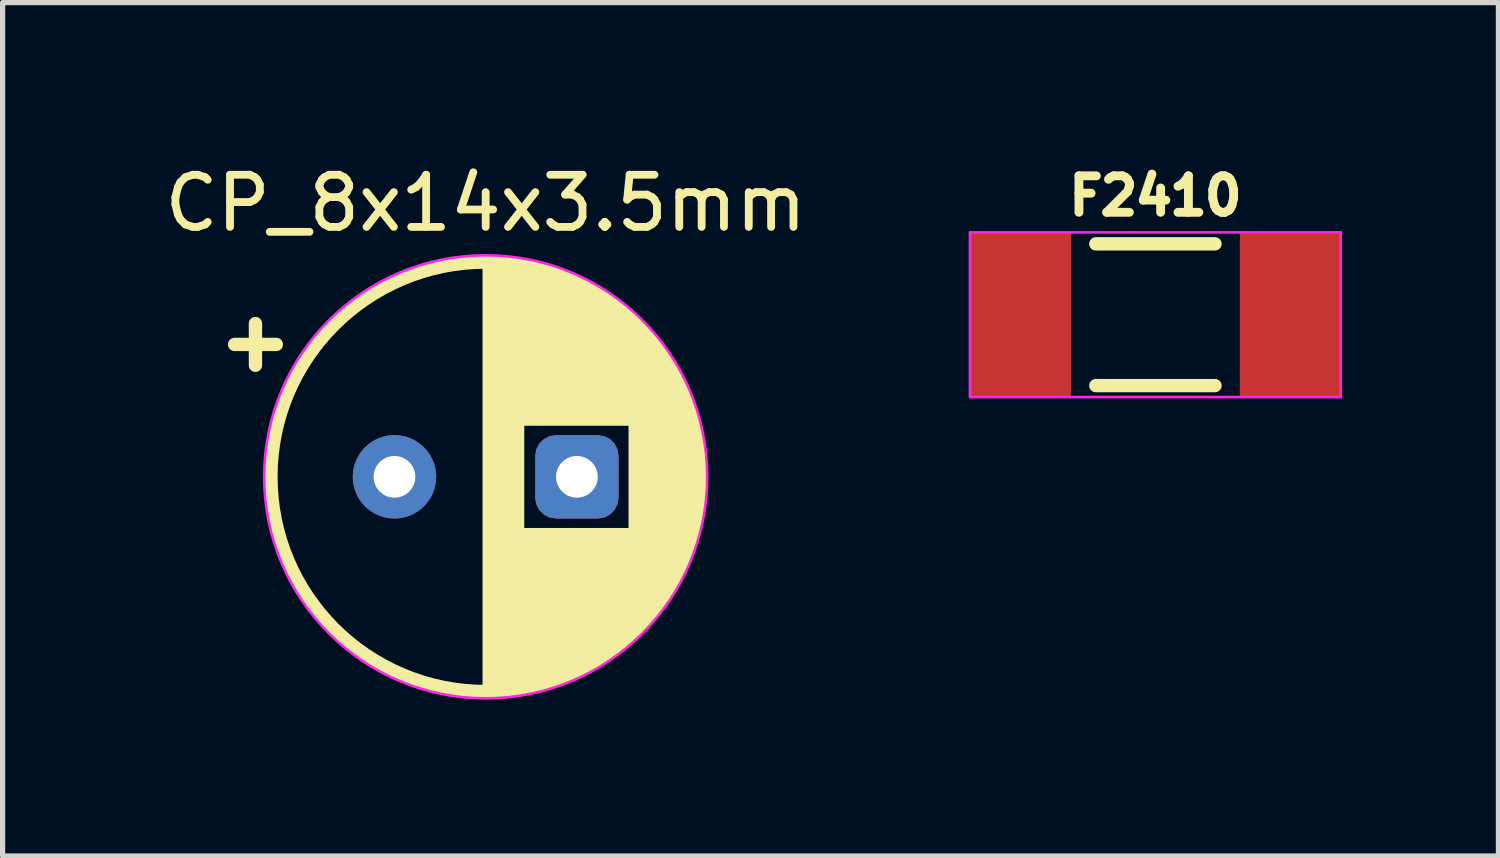
<source format=kicad_pcb>
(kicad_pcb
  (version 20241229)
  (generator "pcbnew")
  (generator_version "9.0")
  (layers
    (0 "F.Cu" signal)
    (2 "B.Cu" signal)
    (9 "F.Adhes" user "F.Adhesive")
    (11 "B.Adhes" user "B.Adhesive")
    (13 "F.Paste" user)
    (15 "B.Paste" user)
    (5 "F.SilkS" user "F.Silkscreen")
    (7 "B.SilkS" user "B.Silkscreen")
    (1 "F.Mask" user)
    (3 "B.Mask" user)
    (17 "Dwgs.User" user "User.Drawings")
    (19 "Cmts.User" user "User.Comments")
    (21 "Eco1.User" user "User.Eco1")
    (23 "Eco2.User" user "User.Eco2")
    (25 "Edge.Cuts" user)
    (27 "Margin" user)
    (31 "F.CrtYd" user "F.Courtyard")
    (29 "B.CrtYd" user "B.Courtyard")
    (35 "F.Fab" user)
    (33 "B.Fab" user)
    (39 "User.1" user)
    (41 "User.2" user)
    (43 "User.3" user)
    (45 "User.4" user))
  (footprint "F2410"
    (layer "F.Cu")
    (at 19.117 2.988)
    (property "Reference" "F2410" (at 0 -2.28 0) (layer "F.SilkS") (effects (font (size 0.7 0.7) (thickness 0.17))))
    (attr smd)
    (fp_line (start -1.143 -1.36) (end 1.143 -1.36) (stroke (width 0.256) (type solid)) (layer "F.SilkS"))
    (fp_line (start -1.143 1.36) (end 1.143 1.36) (stroke (width 0.256) (type solid)) (layer "F.SilkS"))
    (fp_line (start 0 -0.3) (end 0 0.3) (stroke (width 0.128) (type solid)) (layer "Eco1.User"))
    (fp_line (start 0.3 0) (end -0.3 0) (stroke (width 0.128) (type solid)) (layer "Eco1.User"))
    (fp_line (start -3.556 -1.58) (end 3.556 -1.58) (stroke (width 0.05) (type solid)) (layer "F.CrtYd"))
    (fp_line (start -3.556 1.58) (end -3.556 -1.58) (stroke (width 0.05) (type solid)) (layer "F.CrtYd"))
    (fp_line (start 3.556 -1.58) (end 3.556 1.58) (stroke (width 0.05) (type solid)) (layer "F.CrtYd"))
    (fp_line (start 3.556 1.58) (end -3.556 1.58) (stroke (width 0.05) (type solid)) (layer "F.CrtYd"))
    (pad "1" smd rect (at -2.6 0) (size 1.96 3.15) (layers "F.Cu" "F.Mask" "F.Paste"))
    (pad "2" smd rect (at 2.6 0) (size 1.96 3.125) (layers "F.Cu" "F.Mask" "F.Paste")))
  (footprint "CP_8x14x3.5mm"
    (layer "F.Cu")
    (at 6.268 6.098)
    (property "Reference" "CP_8x14x3.5mm" (at 0 -5.25 0) (layer "F.SilkS") (effects (font (size 1 1) (thickness 0.15))))
    (attr through_hole)
    (fp_line (start -4.817 -2.54) (end -4.017 -2.54) (stroke (width 0.256) (type solid)) (layer "F.SilkS"))
    (fp_line (start -4.417 -2.94) (end -4.417 -2.14) (stroke (width 0.256) (type solid)) (layer "F.SilkS"))
    (fp_line (start 0 -4.08) (end 0 4.08) (stroke (width 0.12) (type solid)) (layer "F.SilkS"))
    (fp_line (start 0.04 -4.08) (end 0.04 4.08) (stroke (width 0.12) (type solid)) (layer "F.SilkS"))
    (fp_line (start 0.08 -4.08) (end 0.08 4.08) (stroke (width 0.12) (type solid)) (layer "F.SilkS"))
    (fp_line (start 0.12 -4.079) (end 0.12 4.079) (stroke (width 0.12) (type solid)) (layer "F.SilkS"))
    (fp_line (start 0.16 -4.077) (end 0.16 4.077) (stroke (width 0.12) (type solid)) (layer "F.SilkS"))
    (fp_line (start 0.2 -4.076) (end 0.2 4.076) (stroke (width 0.12) (type solid)) (layer "F.SilkS"))
    (fp_line (start 0.24 -4.074) (end 0.24 4.074) (stroke (width 0.12) (type solid)) (layer "F.SilkS"))
    (fp_line (start 0.28 -4.071) (end 0.28 4.071) (stroke (width 0.12) (type solid)) (layer "F.SilkS"))
    (fp_line (start 0.32 -4.068) (end 0.32 4.068) (stroke (width 0.12) (type solid)) (layer "F.SilkS"))
    (fp_line (start 0.36 -4.065) (end 0.36 4.065) (stroke (width 0.12) (type solid)) (layer "F.SilkS"))
    (fp_line (start 0.4 -4.061) (end 0.4 4.061) (stroke (width 0.12) (type solid)) (layer "F.SilkS"))
    (fp_line (start 0.44 -4.057) (end 0.44 4.057) (stroke (width 0.12) (type solid)) (layer "F.SilkS"))
    (fp_line (start 0.48 -4.052) (end 0.48 4.052) (stroke (width 0.12) (type solid)) (layer "F.SilkS"))
    (fp_line (start 0.52 -4.048) (end 0.52 4.048) (stroke (width 0.12) (type solid)) (layer "F.SilkS"))
    (fp_line (start 0.56 -4.042) (end 0.56 4.042) (stroke (width 0.12) (type solid)) (layer "F.SilkS"))
    (fp_line (start 0.6 -4.037) (end 0.6 4.037) (stroke (width 0.12) (type solid)) (layer "F.SilkS"))
    (fp_line (start 0.64 -4.03) (end 0.64 4.03) (stroke (width 0.12) (type solid)) (layer "F.SilkS"))
    (fp_line (start 0.68 -4.024) (end 0.68 4.024) (stroke (width 0.12) (type solid)) (layer "F.SilkS"))
    (fp_line (start 0.721 -4.017) (end 0.721 -1.04) (stroke (width 0.12) (type solid)) (layer "F.SilkS"))
    (fp_line (start 0.721 1.04) (end 0.721 4.017) (stroke (width 0.12) (type solid)) (layer "F.SilkS"))
    (fp_line (start 0.761 -4.01) (end 0.761 -1.04) (stroke (width 0.12) (type solid)) (layer "F.SilkS"))
    (fp_line (start 0.761 1.04) (end 0.761 4.01) (stroke (width 0.12) (type solid)) (layer "F.SilkS"))
    (fp_line (start 0.801 -4.002) (end 0.801 -1.04) (stroke (width 0.12) (type solid)) (layer "F.SilkS"))
    (fp_line (start 0.801 1.04) (end 0.801 4.002) (stroke (width 0.12) (type solid)) (layer "F.SilkS"))
    (fp_line (start 0.841 -3.994) (end 0.841 -1.04) (stroke (width 0.12) (type solid)) (layer "F.SilkS"))
    (fp_line (start 0.841 1.04) (end 0.841 3.994) (stroke (width 0.12) (type solid)) (layer "F.SilkS"))
    (fp_line (start 0.881 -3.985) (end 0.881 -1.04) (stroke (width 0.12) (type solid)) (layer "F.SilkS"))
    (fp_line (start 0.881 1.04) (end 0.881 3.985) (stroke (width 0.12) (type solid)) (layer "F.SilkS"))
    (fp_line (start 0.921 -3.976) (end 0.921 -1.04) (stroke (width 0.12) (type solid)) (layer "F.SilkS"))
    (fp_line (start 0.921 1.04) (end 0.921 3.976) (stroke (width 0.12) (type solid)) (layer "F.SilkS"))
    (fp_line (start 0.961 -3.967) (end 0.961 -1.04) (stroke (width 0.12) (type solid)) (layer "F.SilkS"))
    (fp_line (start 0.961 1.04) (end 0.961 3.967) (stroke (width 0.12) (type solid)) (layer "F.SilkS"))
    (fp_line (start 1.001 -3.957) (end 1.001 -1.04) (stroke (width 0.12) (type solid)) (layer "F.SilkS"))
    (fp_line (start 1.001 1.04) (end 1.001 3.957) (stroke (width 0.12) (type solid)) (layer "F.SilkS"))
    (fp_line (start 1.041 -3.947) (end 1.041 -1.04) (stroke (width 0.12) (type solid)) (layer "F.SilkS"))
    (fp_line (start 1.041 1.04) (end 1.041 3.947) (stroke (width 0.12) (type solid)) (layer "F.SilkS"))
    (fp_line (start 1.081 -3.936) (end 1.081 -1.04) (stroke (width 0.12) (type solid)) (layer "F.SilkS"))
    (fp_line (start 1.081 1.04) (end 1.081 3.936) (stroke (width 0.12) (type solid)) (layer "F.SilkS"))
    (fp_line (start 1.121 -3.925) (end 1.121 -1.04) (stroke (width 0.12) (type solid)) (layer "F.SilkS"))
    (fp_line (start 1.121 1.04) (end 1.121 3.925) (stroke (width 0.12) (type solid)) (layer "F.SilkS"))
    (fp_line (start 1.161 -3.914) (end 1.161 -1.04) (stroke (width 0.12) (type solid)) (layer "F.SilkS"))
    (fp_line (start 1.161 1.04) (end 1.161 3.914) (stroke (width 0.12) (type solid)) (layer "F.SilkS"))
    (fp_line (start 1.201 -3.902) (end 1.201 -1.04) (stroke (width 0.12) (type solid)) (layer "F.SilkS"))
    (fp_line (start 1.201 1.04) (end 1.201 3.902) (stroke (width 0.12) (type solid)) (layer "F.SilkS"))
    (fp_line (start 1.241 -3.889) (end 1.241 -1.04) (stroke (width 0.12) (type solid)) (layer "F.SilkS"))
    (fp_line (start 1.241 1.04) (end 1.241 3.889) (stroke (width 0.12) (type solid)) (layer "F.SilkS"))
    (fp_line (start 1.281 -3.877) (end 1.281 -1.04) (stroke (width 0.12) (type solid)) (layer "F.SilkS"))
    (fp_line (start 1.281 1.04) (end 1.281 3.877) (stroke (width 0.12) (type solid)) (layer "F.SilkS"))
    (fp_line (start 1.321 -3.863) (end 1.321 -1.04) (stroke (width 0.12) (type solid)) (layer "F.SilkS"))
    (fp_line (start 1.321 1.04) (end 1.321 3.863) (stroke (width 0.12) (type solid)) (layer "F.SilkS"))
    (fp_line (start 1.361 -3.85) (end 1.361 -1.04) (stroke (width 0.12) (type solid)) (layer "F.SilkS"))
    (fp_line (start 1.361 1.04) (end 1.361 3.85) (stroke (width 0.12) (type solid)) (layer "F.SilkS"))
    (fp_line (start 1.401 -3.835) (end 1.401 -1.04) (stroke (width 0.12) (type solid)) (layer "F.SilkS"))
    (fp_line (start 1.401 1.04) (end 1.401 3.835) (stroke (width 0.12) (type solid)) (layer "F.SilkS"))
    (fp_line (start 1.441 -3.821) (end 1.441 -1.04) (stroke (width 0.12) (type solid)) (layer "F.SilkS"))
    (fp_line (start 1.441 1.04) (end 1.441 3.821) (stroke (width 0.12) (type solid)) (layer "F.SilkS"))
    (fp_line (start 1.481 -3.805) (end 1.481 -1.04) (stroke (width 0.12) (type solid)) (layer "F.SilkS"))
    (fp_line (start 1.481 1.04) (end 1.481 3.805) (stroke (width 0.12) (type solid)) (layer "F.SilkS"))
    (fp_line (start 1.521 -3.79) (end 1.521 -1.04) (stroke (width 0.12) (type solid)) (layer "F.SilkS"))
    (fp_line (start 1.521 1.04) (end 1.521 3.79) (stroke (width 0.12) (type solid)) (layer "F.SilkS"))
    (fp_line (start 1.561 -3.774) (end 1.561 -1.04) (stroke (width 0.12) (type solid)) (layer "F.SilkS"))
    (fp_line (start 1.561 1.04) (end 1.561 3.774) (stroke (width 0.12) (type solid)) (layer "F.SilkS"))
    (fp_line (start 1.601 -3.757) (end 1.601 -1.04) (stroke (width 0.12) (type solid)) (layer "F.SilkS"))
    (fp_line (start 1.601 1.04) (end 1.601 3.757) (stroke (width 0.12) (type solid)) (layer "F.SilkS"))
    (fp_line (start 1.641 -3.74) (end 1.641 -1.04) (stroke (width 0.12) (type solid)) (layer "F.SilkS"))
    (fp_line (start 1.641 1.04) (end 1.641 3.74) (stroke (width 0.12) (type solid)) (layer "F.SilkS"))
    (fp_line (start 1.681 -3.722) (end 1.681 -1.04) (stroke (width 0.12) (type solid)) (layer "F.SilkS"))
    (fp_line (start 1.681 1.04) (end 1.681 3.722) (stroke (width 0.12) (type solid)) (layer "F.SilkS"))
    (fp_line (start 1.721 -3.704) (end 1.721 -1.04) (stroke (width 0.12) (type solid)) (layer "F.SilkS"))
    (fp_line (start 1.721 1.04) (end 1.721 3.704) (stroke (width 0.12) (type solid)) (layer "F.SilkS"))
    (fp_line (start 1.761 -3.686) (end 1.761 -1.04) (stroke (width 0.12) (type solid)) (layer "F.SilkS"))
    (fp_line (start 1.761 1.04) (end 1.761 3.686) (stroke (width 0.12) (type solid)) (layer "F.SilkS"))
    (fp_line (start 1.801 -3.666) (end 1.801 -1.04) (stroke (width 0.12) (type solid)) (layer "F.SilkS"))
    (fp_line (start 1.801 1.04) (end 1.801 3.666) (stroke (width 0.12) (type solid)) (layer "F.SilkS"))
    (fp_line (start 1.841 -3.647) (end 1.841 -1.04) (stroke (width 0.12) (type solid)) (layer "F.SilkS"))
    (fp_line (start 1.841 1.04) (end 1.841 3.647) (stroke (width 0.12) (type solid)) (layer "F.SilkS"))
    (fp_line (start 1.881 -3.627) (end 1.881 -1.04) (stroke (width 0.12) (type solid)) (layer "F.SilkS"))
    (fp_line (start 1.881 1.04) (end 1.881 3.627) (stroke (width 0.12) (type solid)) (layer "F.SilkS"))
    (fp_line (start 1.921 -3.606) (end 1.921 -1.04) (stroke (width 0.12) (type solid)) (layer "F.SilkS"))
    (fp_line (start 1.921 1.04) (end 1.921 3.606) (stroke (width 0.12) (type solid)) (layer "F.SilkS"))
    (fp_line (start 1.961 -3.584) (end 1.961 -1.04) (stroke (width 0.12) (type solid)) (layer "F.SilkS"))
    (fp_line (start 1.961 1.04) (end 1.961 3.584) (stroke (width 0.12) (type solid)) (layer "F.SilkS"))
    (fp_line (start 2.001 -3.562) (end 2.001 -1.04) (stroke (width 0.12) (type solid)) (layer "F.SilkS"))
    (fp_line (start 2.001 1.04) (end 2.001 3.562) (stroke (width 0.12) (type solid)) (layer "F.SilkS"))
    (fp_line (start 2.041 -3.54) (end 2.041 -1.04) (stroke (width 0.12) (type solid)) (layer "F.SilkS"))
    (fp_line (start 2.041 1.04) (end 2.041 3.54) (stroke (width 0.12) (type solid)) (layer "F.SilkS"))
    (fp_line (start 2.081 -3.517) (end 2.081 -1.04) (stroke (width 0.12) (type solid)) (layer "F.SilkS"))
    (fp_line (start 2.081 1.04) (end 2.081 3.517) (stroke (width 0.12) (type solid)) (layer "F.SilkS"))
    (fp_line (start 2.121 -3.493) (end 2.121 -1.04) (stroke (width 0.12) (type solid)) (layer "F.SilkS"))
    (fp_line (start 2.121 1.04) (end 2.121 3.493) (stroke (width 0.12) (type solid)) (layer "F.SilkS"))
    (fp_line (start 2.161 -3.469) (end 2.161 -1.04) (stroke (width 0.12) (type solid)) (layer "F.SilkS"))
    (fp_line (start 2.161 1.04) (end 2.161 3.469) (stroke (width 0.12) (type solid)) (layer "F.SilkS"))
    (fp_line (start 2.201 -3.444) (end 2.201 -1.04) (stroke (width 0.12) (type solid)) (layer "F.SilkS"))
    (fp_line (start 2.201 1.04) (end 2.201 3.444) (stroke (width 0.12) (type solid)) (layer "F.SilkS"))
    (fp_line (start 2.241 -3.418) (end 2.241 -1.04) (stroke (width 0.12) (type solid)) (layer "F.SilkS"))
    (fp_line (start 2.241 1.04) (end 2.241 3.418) (stroke (width 0.12) (type solid)) (layer "F.SilkS"))
    (fp_line (start 2.281 -3.392) (end 2.281 -1.04) (stroke (width 0.12) (type solid)) (layer "F.SilkS"))
    (fp_line (start 2.281 1.04) (end 2.281 3.392) (stroke (width 0.12) (type solid)) (layer "F.SilkS"))
    (fp_line (start 2.321 -3.365) (end 2.321 -1.04) (stroke (width 0.12) (type solid)) (layer "F.SilkS"))
    (fp_line (start 2.321 1.04) (end 2.321 3.365) (stroke (width 0.12) (type solid)) (layer "F.SilkS"))
    (fp_line (start 2.361 -3.338) (end 2.361 -1.04) (stroke (width 0.12) (type solid)) (layer "F.SilkS"))
    (fp_line (start 2.361 1.04) (end 2.361 3.338) (stroke (width 0.12) (type solid)) (layer "F.SilkS"))
    (fp_line (start 2.401 -3.309) (end 2.401 -1.04) (stroke (width 0.12) (type solid)) (layer "F.SilkS"))
    (fp_line (start 2.401 1.04) (end 2.401 3.309) (stroke (width 0.12) (type solid)) (layer "F.SilkS"))
    (fp_line (start 2.441 -3.28) (end 2.441 -1.04) (stroke (width 0.12) (type solid)) (layer "F.SilkS"))
    (fp_line (start 2.441 1.04) (end 2.441 3.28) (stroke (width 0.12) (type solid)) (layer "F.SilkS"))
    (fp_line (start 2.481 -3.25) (end 2.481 -1.04) (stroke (width 0.12) (type solid)) (layer "F.SilkS"))
    (fp_line (start 2.481 1.04) (end 2.481 3.25) (stroke (width 0.12) (type solid)) (layer "F.SilkS"))
    (fp_line (start 2.521 -3.22) (end 2.521 -1.04) (stroke (width 0.12) (type solid)) (layer "F.SilkS"))
    (fp_line (start 2.521 1.04) (end 2.521 3.22) (stroke (width 0.12) (type solid)) (layer "F.SilkS"))
    (fp_line (start 2.561 -3.189) (end 2.561 -1.04) (stroke (width 0.12) (type solid)) (layer "F.SilkS"))
    (fp_line (start 2.561 1.04) (end 2.561 3.189) (stroke (width 0.12) (type solid)) (layer "F.SilkS"))
    (fp_line (start 2.601 -3.156) (end 2.601 -1.04) (stroke (width 0.12) (type solid)) (layer "F.SilkS"))
    (fp_line (start 2.601 1.04) (end 2.601 3.156) (stroke (width 0.12) (type solid)) (layer "F.SilkS"))
    (fp_line (start 2.641 -3.124) (end 2.641 -1.04) (stroke (width 0.12) (type solid)) (layer "F.SilkS"))
    (fp_line (start 2.641 1.04) (end 2.641 3.124) (stroke (width 0.12) (type solid)) (layer "F.SilkS"))
    (fp_line (start 2.681 -3.09) (end 2.681 -1.04) (stroke (width 0.12) (type solid)) (layer "F.SilkS"))
    (fp_line (start 2.681 1.04) (end 2.681 3.09) (stroke (width 0.12) (type solid)) (layer "F.SilkS"))
    (fp_line (start 2.721 -3.055) (end 2.721 -1.04) (stroke (width 0.12) (type solid)) (layer "F.SilkS"))
    (fp_line (start 2.721 1.04) (end 2.721 3.055) (stroke (width 0.12) (type solid)) (layer "F.SilkS"))
    (fp_line (start 2.761 -3.019) (end 2.761 -1.04) (stroke (width 0.12) (type solid)) (layer "F.SilkS"))
    (fp_line (start 2.761 1.04) (end 2.761 3.019) (stroke (width 0.12) (type solid)) (layer "F.SilkS"))
    (fp_line (start 2.801 -2.983) (end 2.801 2.983) (stroke (width 0.12) (type solid)) (layer "F.SilkS"))
    (fp_line (start 2.841 -2.945) (end 2.841 2.945) (stroke (width 0.12) (type solid)) (layer "F.SilkS"))
    (fp_line (start 2.881 -2.907) (end 2.881 2.907) (stroke (width 0.12) (type solid)) (layer "F.SilkS"))
    (fp_line (start 2.921 -2.867) (end 2.921 2.867) (stroke (width 0.12) (type solid)) (layer "F.SilkS"))
    (fp_line (start 2.961 -2.826) (end 2.961 2.826) (stroke (width 0.12) (type solid)) (layer "F.SilkS"))
    (fp_line (start 3.001 -2.784) (end 3.001 2.784) (stroke (width 0.12) (type solid)) (layer "F.SilkS"))
    (fp_line (start 3.041 -2.741) (end 3.041 2.741) (stroke (width 0.12) (type solid)) (layer "F.SilkS"))
    (fp_line (start 3.081 -2.697) (end 3.081 2.697) (stroke (width 0.12) (type solid)) (layer "F.SilkS"))
    (fp_line (start 3.121 -2.651) (end 3.121 2.651) (stroke (width 0.12) (type solid)) (layer "F.SilkS"))
    (fp_line (start 3.161 -2.604) (end 3.161 2.604) (stroke (width 0.12) (type solid)) (layer "F.SilkS"))
    (fp_line (start 3.201 -2.556) (end 3.201 2.556) (stroke (width 0.12) (type solid)) (layer "F.SilkS"))
    (fp_line (start 3.241 -2.505) (end 3.241 2.505) (stroke (width 0.12) (type solid)) (layer "F.SilkS"))
    (fp_line (start 3.281 -2.454) (end 3.281 2.454) (stroke (width 0.12) (type solid)) (layer "F.SilkS"))
    (fp_line (start 3.321 -2.4) (end 3.321 2.4) (stroke (width 0.12) (type solid)) (layer "F.SilkS"))
    (fp_line (start 3.361 -2.345) (end 3.361 2.345) (stroke (width 0.12) (type solid)) (layer "F.SilkS"))
    (fp_line (start 3.401 -2.287) (end 3.401 2.287) (stroke (width 0.12) (type solid)) (layer "F.SilkS"))
    (fp_line (start 3.441 -2.228) (end 3.441 2.228) (stroke (width 0.12) (type solid)) (layer "F.SilkS"))
    (fp_line (start 3.481 -2.166) (end 3.481 2.166) (stroke (width 0.12) (type solid)) (layer "F.SilkS"))
    (fp_line (start 3.521 -2.102) (end 3.521 2.102) (stroke (width 0.12) (type solid)) (layer "F.SilkS"))
    (fp_line (start 3.561 -2.034) (end 3.561 2.034) (stroke (width 0.12) (type solid)) (layer "F.SilkS"))
    (fp_line (start 3.601 -1.964) (end 3.601 1.964) (stroke (width 0.12) (type solid)) (layer "F.SilkS"))
    (fp_line (start 3.641 -1.89) (end 3.641 1.89) (stroke (width 0.12) (type solid)) (layer "F.SilkS"))
    (fp_line (start 3.681 -1.813) (end 3.681 1.813) (stroke (width 0.12) (type solid)) (layer "F.SilkS"))
    (fp_line (start 3.721 -1.731) (end 3.721 1.731) (stroke (width 0.12) (type solid)) (layer "F.SilkS"))
    (fp_line (start 3.761 -1.645) (end 3.761 1.645) (stroke (width 0.12) (type solid)) (layer "F.SilkS"))
    (fp_line (start 3.801 -1.552) (end 3.801 1.552) (stroke (width 0.12) (type solid)) (layer "F.SilkS"))
    (fp_line (start 3.841 -1.453) (end 3.841 1.453) (stroke (width 0.12) (type solid)) (layer "F.SilkS"))
    (fp_line (start 3.881 -1.346) (end 3.881 1.346) (stroke (width 0.12) (type solid)) (layer "F.SilkS"))
    (fp_line (start 3.921 -1.229) (end 3.921 1.229) (stroke (width 0.12) (type solid)) (layer "F.SilkS"))
    (fp_line (start 3.961 -1.098) (end 3.961 1.098) (stroke (width 0.12) (type solid)) (layer "F.SilkS"))
    (fp_line (start 4.001 -0.948) (end 4.001 0.948) (stroke (width 0.12) (type solid)) (layer "F.SilkS"))
    (fp_line (start 4.041 -0.768) (end 4.041 0.768) (stroke (width 0.12) (type solid)) (layer "F.SilkS"))
    (fp_line (start 4.081 -0.533) (end 4.081 0.533) (stroke (width 0.12) (type solid)) (layer "F.SilkS"))
    (fp_circle (center 0 0) (end 4.12 0) (stroke (width 0.256) (type solid)) (fill no) (layer "F.SilkS"))
    (fp_line (start 0 -0.3) (end 0 0.3) (stroke (width 0.128) (type solid)) (layer "Eco1.User"))
    (fp_line (start 0.3 0) (end -0.3 0) (stroke (width 0.128) (type solid)) (layer "Eco1.User"))
    (fp_circle (center 0 0) (end 4.25 0) (stroke (width 0.05) (type solid)) (fill no) (layer "F.CrtYd"))
    (pad "1" thru_hole circle (at -1.75 0) (size 1.6 1.6) (drill 0.8) (layers "*.Cu" "*.Mask"))
    (pad "2" thru_hole roundrect (at 1.75 0) (size 1.6 1.6) (drill 0.8) (layers "*.Cu" "*.Mask") (roundrect_rratio 0.25)))
  (gr_rect
    (start -3 -3)
    (end 25.698 13.373)
    (stroke (width 0.1) (type default))
    (fill no)
    (layer "Edge.Cuts")))
</source>
